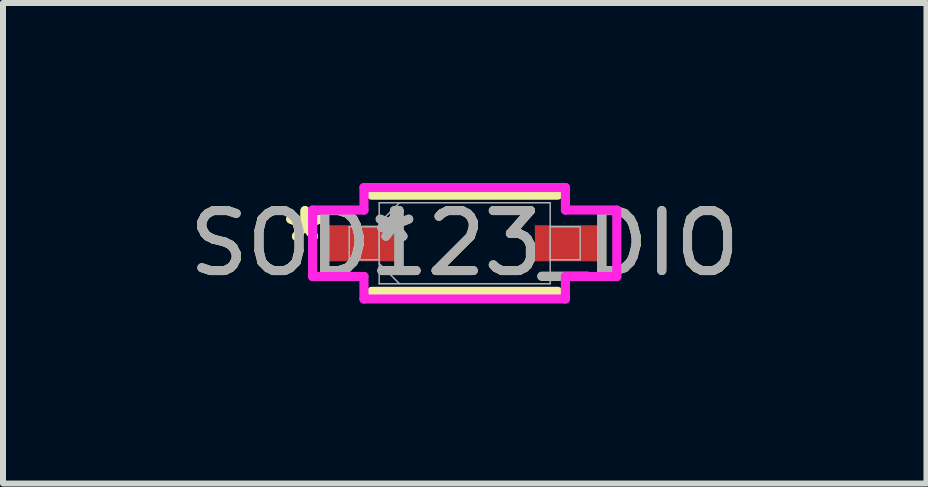
<source format=kicad_pcb>
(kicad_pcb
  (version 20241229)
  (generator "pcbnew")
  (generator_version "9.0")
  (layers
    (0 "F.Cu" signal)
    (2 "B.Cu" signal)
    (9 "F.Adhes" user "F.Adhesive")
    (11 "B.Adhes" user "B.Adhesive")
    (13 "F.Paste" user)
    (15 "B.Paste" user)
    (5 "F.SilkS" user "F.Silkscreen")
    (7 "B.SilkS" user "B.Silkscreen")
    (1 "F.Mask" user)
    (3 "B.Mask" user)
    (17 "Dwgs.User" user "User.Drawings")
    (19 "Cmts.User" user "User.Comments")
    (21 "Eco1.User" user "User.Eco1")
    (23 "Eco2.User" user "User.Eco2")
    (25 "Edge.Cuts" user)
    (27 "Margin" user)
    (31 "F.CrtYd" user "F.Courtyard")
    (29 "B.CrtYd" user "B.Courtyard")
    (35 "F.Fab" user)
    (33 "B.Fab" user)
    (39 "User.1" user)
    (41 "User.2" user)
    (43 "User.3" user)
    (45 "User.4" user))
  (footprint "SOD123_DIO"
    (layer "F.Cu")
    (at 4.696 1.005)
    (property "Reference" "SOD123_DIO" (at 0 0 0) (unlocked yes) (layer "F.SilkS") (effects (font (size 1 1) (thickness 0.15))))
    (attr smd)
    (fp_line (start -1.552 0.802) (end 1.552 0.802) (stroke (width 0.152) (type solid)) (layer "F.SilkS"))
    (fp_line (start 1.552 -0.802) (end -1.552 -0.802) (stroke (width 0.152) (type solid)) (layer "F.SilkS"))
    (fp_line (start -2.535 -0.554) (end -1.679 -0.554) (stroke (width 0.152) (type solid)) (layer "F.CrtYd"))
    (fp_line (start -2.535 0.554) (end -2.535 -0.554) (stroke (width 0.152) (type solid)) (layer "F.CrtYd"))
    (fp_line (start -1.679 -0.929) (end 1.679 -0.929) (stroke (width 0.152) (type solid)) (layer "F.CrtYd"))
    (fp_line (start -1.679 -0.554) (end -1.679 -0.929) (stroke (width 0.152) (type solid)) (layer "F.CrtYd"))
    (fp_line (start -1.679 0.554) (end -2.535 0.554) (stroke (width 0.152) (type solid)) (layer "F.CrtYd"))
    (fp_line (start -1.679 0.929) (end -1.679 0.554) (stroke (width 0.152) (type solid)) (layer "F.CrtYd"))
    (fp_line (start 1.679 -0.929) (end 1.679 -0.554) (stroke (width 0.152) (type solid)) (layer "F.CrtYd"))
    (fp_line (start 1.679 -0.554) (end 2.535 -0.554) (stroke (width 0.152) (type solid)) (layer "F.CrtYd"))
    (fp_line (start 1.679 0.554) (end 1.679 0.929) (stroke (width 0.152) (type solid)) (layer "F.CrtYd"))
    (fp_line (start 1.679 0.929) (end -1.679 0.929) (stroke (width 0.152) (type solid)) (layer "F.CrtYd"))
    (fp_line (start 2.535 -0.554) (end 2.535 0.554) (stroke (width 0.152) (type solid)) (layer "F.CrtYd"))
    (fp_line (start 2.535 0.554) (end 1.679 0.554) (stroke (width 0.152) (type solid)) (layer "F.CrtYd"))
    (fp_line (start -1.925 -0.275) (end -1.925 0.275) (stroke (width 0.025) (type solid)) (layer "F.Fab"))
    (fp_line (start -1.925 0.275) (end -1.425 0.275) (stroke (width 0.025) (type solid)) (layer "F.Fab"))
    (fp_line (start -1.425 -0.675) (end -1.425 0.675) (stroke (width 0.025) (type solid)) (layer "F.Fab"))
    (fp_line (start -1.425 -0.338) (end -1.087 -0.675) (stroke (width 0.025) (type solid)) (layer "F.Fab"))
    (fp_line (start -1.425 -0.275) (end -1.925 -0.275) (stroke (width 0.025) (type solid)) (layer "F.Fab"))
    (fp_line (start -1.425 0.275) (end -1.425 -0.275) (stroke (width 0.025) (type solid)) (layer "F.Fab"))
    (fp_line (start -1.425 0.338) (end -1.087 0.675) (stroke (width 0.025) (type solid)) (layer "F.Fab"))
    (fp_line (start -1.425 0.675) (end 1.425 0.675) (stroke (width 0.025) (type solid)) (layer "F.Fab"))
    (fp_line (start 1.425 -0.675) (end -1.425 -0.675) (stroke (width 0.025) (type solid)) (layer "F.Fab"))
    (fp_line (start 1.425 -0.275) (end 1.425 0.275) (stroke (width 0.025) (type solid)) (layer "F.Fab"))
    (fp_line (start 1.425 0.275) (end 1.925 0.275) (stroke (width 0.025) (type solid)) (layer "F.Fab"))
    (fp_line (start 1.425 0.675) (end 1.425 -0.675) (stroke (width 0.025) (type solid)) (layer "F.Fab"))
    (fp_line (start 1.925 -0.275) (end 1.425 -0.275) (stroke (width 0.025) (type solid)) (layer "F.Fab"))
    (fp_line (start 1.925 0.275) (end 1.925 -0.275) (stroke (width 0.025) (type solid)) (layer "F.Fab"))
    (fp_text user "*" (at -2.662 0 0) (layer "F.SilkS") (effects (font (size 1 1) (thickness 0.15))))
    (fp_text user "*" (at -2.662 0 0) (unlocked yes) (layer "F.SilkS") (effects (font (size 1 1) (thickness 0.15))))
    (fp_text user "*" (at -1.171 0 0) (unlocked yes) (layer "F.Fab") (effects (font (size 1 1) (thickness 0.15))))
    (fp_text user "*" (at -1.171 0 0) (layer "F.Fab") (effects (font (size 1 1) (thickness 0.15))))
    (fp_text user "${REFERENCE}" (at 0 0 0) (unlocked yes) (layer "F.Fab") (effects (font (size 1 1) (thickness 0.15))))
    (pad "1" smd rect (at -1.725 0) (size 1.111 0.601) (layers "F.Cu" "F.Mask" "F.Paste"))
    (pad "2" smd rect (at 1.725 0) (size 1.111 0.601) (layers "F.Cu" "F.Mask" "F.Paste")))
  (gr_rect
    (start -3 -3)
    (end 12.393 5.01)
    (stroke (width 0.1) (type default))
    (fill no)
    (layer "Edge.Cuts")))
</source>
